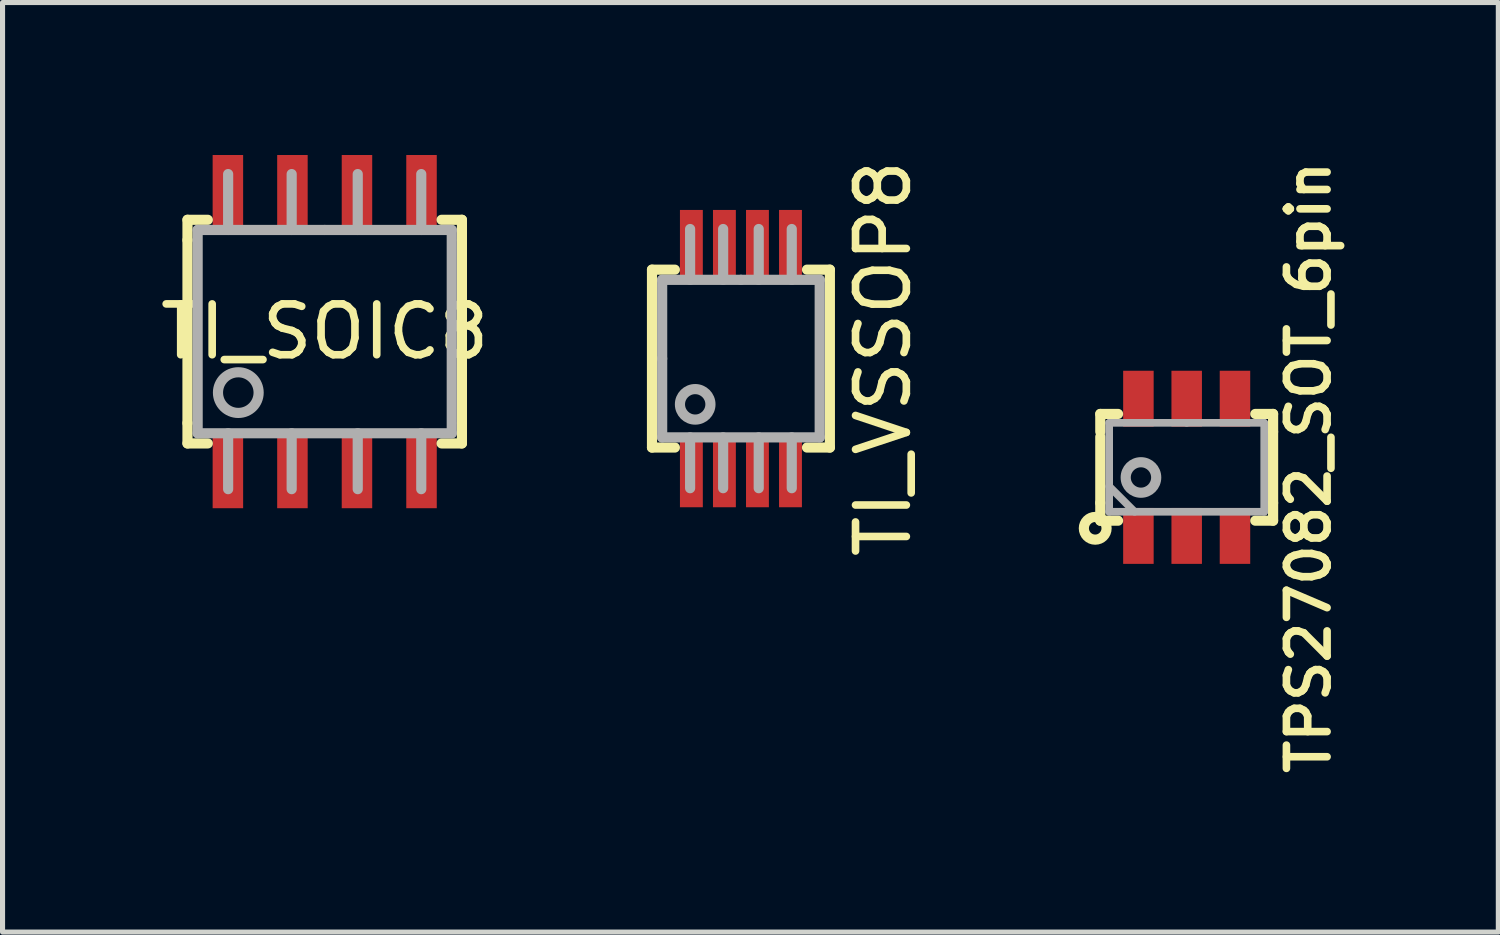
<source format=kicad_pcb>
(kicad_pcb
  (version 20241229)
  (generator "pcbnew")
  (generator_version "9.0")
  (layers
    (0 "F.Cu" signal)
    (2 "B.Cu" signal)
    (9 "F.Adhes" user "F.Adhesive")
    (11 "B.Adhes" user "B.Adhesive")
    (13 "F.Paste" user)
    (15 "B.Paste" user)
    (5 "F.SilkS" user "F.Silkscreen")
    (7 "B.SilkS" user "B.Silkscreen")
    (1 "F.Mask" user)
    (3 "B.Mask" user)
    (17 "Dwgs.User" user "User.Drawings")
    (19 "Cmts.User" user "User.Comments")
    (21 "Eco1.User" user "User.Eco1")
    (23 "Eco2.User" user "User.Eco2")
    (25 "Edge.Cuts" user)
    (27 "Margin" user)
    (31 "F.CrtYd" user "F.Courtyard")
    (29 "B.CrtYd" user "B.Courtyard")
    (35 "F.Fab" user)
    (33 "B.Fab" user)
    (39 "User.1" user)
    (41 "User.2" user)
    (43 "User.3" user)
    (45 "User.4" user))
  (footprint "TPS27082_SOT_6pin"
    (layer "F.Cu")
    (at 20.3 6.145)
    (property "Reference" "TPS27082_SOT_6pin" (at 2.4 0 90) (layer "F.SilkS") (effects (font (size 0.8 0.8) (thickness 0.15))))
    (attr through_hole)
    (fp_line (start -1.7 -1.05) (end -1.7 -0.7) (stroke (width 0.2) (type solid)) (layer "F.SilkS"))
    (fp_line (start -1.7 -1.05) (end -1.35 -1.05) (stroke (width 0.2) (type solid)) (layer "F.SilkS"))
    (fp_line (start -1.7 0.7) (end -1.7 -0.6) (stroke (width 0.2) (type solid)) (layer "F.SilkS"))
    (fp_line (start -1.7 1.05) (end -1.7 0.7) (stroke (width 0.2) (type solid)) (layer "F.SilkS"))
    (fp_line (start -1.7 1.05) (end -1.35 1.05) (stroke (width 0.2) (type solid)) (layer "F.SilkS"))
    (fp_line (start 1.7 -1.05) (end 1.35 -1.05) (stroke (width 0.2) (type solid)) (layer "F.SilkS"))
    (fp_line (start 1.7 -1.05) (end 1.7 -0.7) (stroke (width 0.2) (type solid)) (layer "F.SilkS"))
    (fp_line (start 1.7 -0.7) (end 1.7 0.7) (stroke (width 0.2) (type solid)) (layer "F.SilkS"))
    (fp_line (start 1.7 1.05) (end 1.35 1.05) (stroke (width 0.2) (type solid)) (layer "F.SilkS"))
    (fp_line (start 1.7 1.05) (end 1.7 0.7) (stroke (width 0.2) (type solid)) (layer "F.SilkS"))
    (fp_circle (center -1.8 1.2) (end -1.7 1) (stroke (width 0.2) (type solid)) (fill no) (layer "F.SilkS"))
    (fp_line (start -1.525 -0.875) (end -1.525 0.875) (stroke (width 0.15) (type solid)) (layer "F.Fab"))
    (fp_line (start -1.525 0.875) (end 1.525 0.875) (stroke (width 0.15) (type solid)) (layer "F.Fab"))
    (fp_line (start -1.025 0.875) (end -1.525 0.375) (stroke (width 0.15) (type solid)) (layer "F.Fab"))
    (fp_line (start 0 -0.875) (end -1.525 -0.875) (stroke (width 0.15) (type solid)) (layer "F.Fab"))
    (fp_line (start 1.525 -0.875) (end 0 -0.875) (stroke (width 0.15) (type solid)) (layer "F.Fab"))
    (fp_line (start 1.525 0.875) (end 1.525 -0.875) (stroke (width 0.15) (type solid)) (layer "F.Fab"))
    (fp_circle (center -0.9 0.2) (end -0.6 0.2) (stroke (width 0.2) (type solid)) (fill no) (layer "F.Fab"))
    (pad "1" smd rect (at -0.95 1.35) (size 0.6 1.1) (layers "F.Cu" "F.Mask" "F.Paste"))
    (pad "2" smd rect (at 0 1.35) (size 0.6 1.1) (layers "F.Cu" "F.Mask" "F.Paste"))
    (pad "3" smd rect (at 0.95 1.35) (size 0.6 1.1) (layers "F.Cu" "F.Mask" "F.Paste"))
    (pad "4" smd rect (at 0.95 -1.35) (size 0.6 1.1) (layers "F.Cu" "F.Mask" "F.Paste"))
    (pad "5" smd rect (at 0 -1.35) (size 0.6 1.1) (layers "F.Cu" "F.Mask" "F.Paste"))
    (pad "6" smd rect (at -0.95 -1.35) (size 0.6 1.1) (layers "F.Cu" "F.Mask" "F.Paste")))
  (footprint "TI_VSSOP8"
    (layer "F.Cu")
    (at 11.529 4.006)
    (property "Reference" "TI_VSSOP8" (at 2.8 0 90) (layer "F.SilkS") (effects (font (size 1 1) (thickness 0.15))))
    (attr smd)
    (fp_line (start -1.75 -1.75) (end -1.3 -1.75) (stroke (width 0.2) (type solid)) (layer "F.SilkS"))
    (fp_line (start -1.75 1.75) (end -1.75 -1.75) (stroke (width 0.2) (type solid)) (layer "F.SilkS"))
    (fp_line (start -1.3 1.75) (end -1.75 1.75) (stroke (width 0.2) (type solid)) (layer "F.SilkS"))
    (fp_line (start 1.3 -1.75) (end 1.75 -1.75) (stroke (width 0.2) (type solid)) (layer "F.SilkS"))
    (fp_line (start 1.75 -1.75) (end 1.75 1.75) (stroke (width 0.2) (type solid)) (layer "F.SilkS"))
    (fp_line (start 1.75 1.75) (end 1.3 1.75) (stroke (width 0.2) (type solid)) (layer "F.SilkS"))
    (fp_line (start -1.55 -1.55) (end -1.55 0) (stroke (width 0.2) (type solid)) (layer "F.Fab"))
    (fp_line (start -1.55 0) (end -1.55 1.55) (stroke (width 0.2) (type solid)) (layer "F.Fab"))
    (fp_line (start -1.55 1.55) (end 1.55 1.55) (stroke (width 0.2) (type solid)) (layer "F.Fab"))
    (fp_line (start -1 -1.55) (end -1 -2.55) (stroke (width 0.2) (type solid)) (layer "F.Fab"))
    (fp_line (start -1 1.55) (end -1 2.55) (stroke (width 0.2) (type solid)) (layer "F.Fab"))
    (fp_line (start -0.35 -1.55) (end -0.35 -2.55) (stroke (width 0.2) (type solid)) (layer "F.Fab"))
    (fp_line (start -0.35 1.55) (end -0.35 2.55) (stroke (width 0.2) (type solid)) (layer "F.Fab"))
    (fp_line (start 0 -1.55) (end -1.55 -1.55) (stroke (width 0.2) (type solid)) (layer "F.Fab"))
    (fp_line (start 0.35 -1.55) (end 0.35 -2.55) (stroke (width 0.2) (type solid)) (layer "F.Fab"))
    (fp_line (start 0.35 1.55) (end 0.35 2.55) (stroke (width 0.2) (type solid)) (layer "F.Fab"))
    (fp_line (start 1 -1.55) (end 1 -2.55) (stroke (width 0.2) (type solid)) (layer "F.Fab"))
    (fp_line (start 1 1.55) (end 1 2.55) (stroke (width 0.2) (type solid)) (layer "F.Fab"))
    (fp_line (start 1.55 -1.55) (end 0 -1.55) (stroke (width 0.2) (type solid)) (layer "F.Fab"))
    (fp_line (start 1.55 1.55) (end 1.55 -1.55) (stroke (width 0.2) (type solid)) (layer "F.Fab"))
    (fp_circle (center -0.9 0.9) (end -0.6 0.9) (stroke (width 0.2) (type solid)) (fill no) (layer "F.Fab"))
    (pad "1" smd rect (at -0.975 2.2) (size 0.45 1.45) (layers "F.Cu" "F.Mask" "F.Paste"))
    (pad "2" smd rect (at -0.325 2.2) (size 0.45 1.45) (layers "F.Cu" "F.Mask" "F.Paste"))
    (pad "3" smd rect (at 0.325 2.2) (size 0.45 1.45) (layers "F.Cu" "F.Mask" "F.Paste"))
    (pad "4" smd rect (at 0.975 2.2) (size 0.45 1.45) (layers "F.Cu" "F.Mask" "F.Paste"))
    (pad "5" smd rect (at 0.975 -2.2) (size 0.45 1.45) (layers "F.Cu" "F.Mask" "F.Paste"))
    (pad "6" smd rect (at 0.325 -2.2) (size 0.45 1.45) (layers "F.Cu" "F.Mask" "F.Paste"))
    (pad "7" smd rect (at -0.325 -2.2) (size 0.45 1.45) (layers "F.Cu" "F.Mask" "F.Paste"))
    (pad "8" smd rect (at -0.975 -2.2) (size 0.45 1.45) (layers "F.Cu" "F.Mask" "F.Paste")))
  (footprint "TI_SOIC8"
    (layer "F.Cu")
    (at 3.339 3.475)
    (property "Reference" "TI_SOIC8" (at 0 0 0) (layer "F.SilkS") (effects (font (size 1 1) (thickness 0.15))))
    (attr smd)
    (fp_line (start -2.7 -2.2) (end -2.7 -1.8) (stroke (width 0.2) (type solid)) (layer "F.SilkS"))
    (fp_line (start -2.7 -1.8) (end -2.7 1.8) (stroke (width 0.2) (type solid)) (layer "F.SilkS"))
    (fp_line (start -2.7 2.2) (end -2.7 1.8) (stroke (width 0.2) (type solid)) (layer "F.SilkS"))
    (fp_line (start -2.3 -2.2) (end -2.7 -2.2) (stroke (width 0.2) (type solid)) (layer "F.SilkS"))
    (fp_line (start -2.3 2.2) (end -2.7 2.2) (stroke (width 0.2) (type solid)) (layer "F.SilkS"))
    (fp_line (start 2.3 -2.2) (end 2.7 -2.2) (stroke (width 0.2) (type solid)) (layer "F.SilkS"))
    (fp_line (start 2.3 2.2) (end 2.7 2.2) (stroke (width 0.2) (type solid)) (layer "F.SilkS"))
    (fp_line (start 2.7 -2.2) (end 2.7 -1.8) (stroke (width 0.2) (type solid)) (layer "F.SilkS"))
    (fp_line (start 2.7 1.8) (end 2.7 -1.8) (stroke (width 0.2) (type solid)) (layer "F.SilkS"))
    (fp_line (start 2.7 2.2) (end 2.7 1.8) (stroke (width 0.2) (type solid)) (layer "F.SilkS"))
    (fp_line (start -2.5 -2) (end -2.5 2) (stroke (width 0.2) (type solid)) (layer "F.Fab"))
    (fp_line (start -2.5 2) (end 2.5 2) (stroke (width 0.2) (type solid)) (layer "F.Fab"))
    (fp_line (start -1.9 -2) (end -1.9 -3.1) (stroke (width 0.2) (type solid)) (layer "F.Fab"))
    (fp_line (start -1.9 2) (end -1.9 3.1) (stroke (width 0.2) (type solid)) (layer "F.Fab"))
    (fp_line (start -0.65 -2) (end -0.65 -3.1) (stroke (width 0.2) (type solid)) (layer "F.Fab"))
    (fp_line (start -0.65 2) (end -0.65 3.1) (stroke (width 0.2) (type solid)) (layer "F.Fab"))
    (fp_line (start 0 -2) (end -2.5 -2) (stroke (width 0.2) (type solid)) (layer "F.Fab"))
    (fp_line (start 0.65 -2) (end 0.65 -3.1) (stroke (width 0.2) (type solid)) (layer "F.Fab"))
    (fp_line (start 0.65 2) (end 0.65 3.1) (stroke (width 0.2) (type solid)) (layer "F.Fab"))
    (fp_line (start 1.9 -2) (end 1.9 -3.1) (stroke (width 0.2) (type solid)) (layer "F.Fab"))
    (fp_line (start 1.9 2) (end 1.9 3.1) (stroke (width 0.2) (type solid)) (layer "F.Fab"))
    (fp_line (start 2.5 -2) (end 0 -2) (stroke (width 0.2) (type solid)) (layer "F.Fab"))
    (fp_line (start 2.5 2) (end 2.5 -2) (stroke (width 0.2) (type solid)) (layer "F.Fab"))
    (fp_circle (center -1.7 1.2) (end -1.3 1.2) (stroke (width 0.2) (type solid)) (fill no) (layer "F.Fab"))
    (pad "1" smd rect (at -1.905 2.7) (size 0.6 1.55) (layers "F.Cu" "F.Mask" "F.Paste"))
    (pad "2" smd rect (at -0.635 2.7) (size 0.6 1.55) (layers "F.Cu" "F.Mask" "F.Paste"))
    (pad "3" smd rect (at 0.635 2.7) (size 0.6 1.55) (layers "F.Cu" "F.Mask" "F.Paste"))
    (pad "4" smd rect (at 1.905 2.7) (size 0.6 1.55) (layers "F.Cu" "F.Mask" "F.Paste"))
    (pad "5" smd rect (at 1.905 -2.7) (size 0.6 1.55) (layers "F.Cu" "F.Mask" "F.Paste"))
    (pad "6" smd rect (at 0.635 -2.7) (size 0.6 1.55) (layers "F.Cu" "F.Mask" "F.Paste"))
    (pad "7" smd rect (at -0.635 -2.7) (size 0.6 1.55) (layers "F.Cu" "F.Mask" "F.Paste"))
    (pad "8" smd rect (at -1.905 -2.7) (size 0.6 1.55) (layers "F.Cu" "F.Mask" "F.Paste")))
  (gr_rect
    (start -3 -3)
    (end 26.432 15.29)
    (stroke (width 0.1) (type default))
    (fill no)
    (layer "Edge.Cuts")))
</source>
